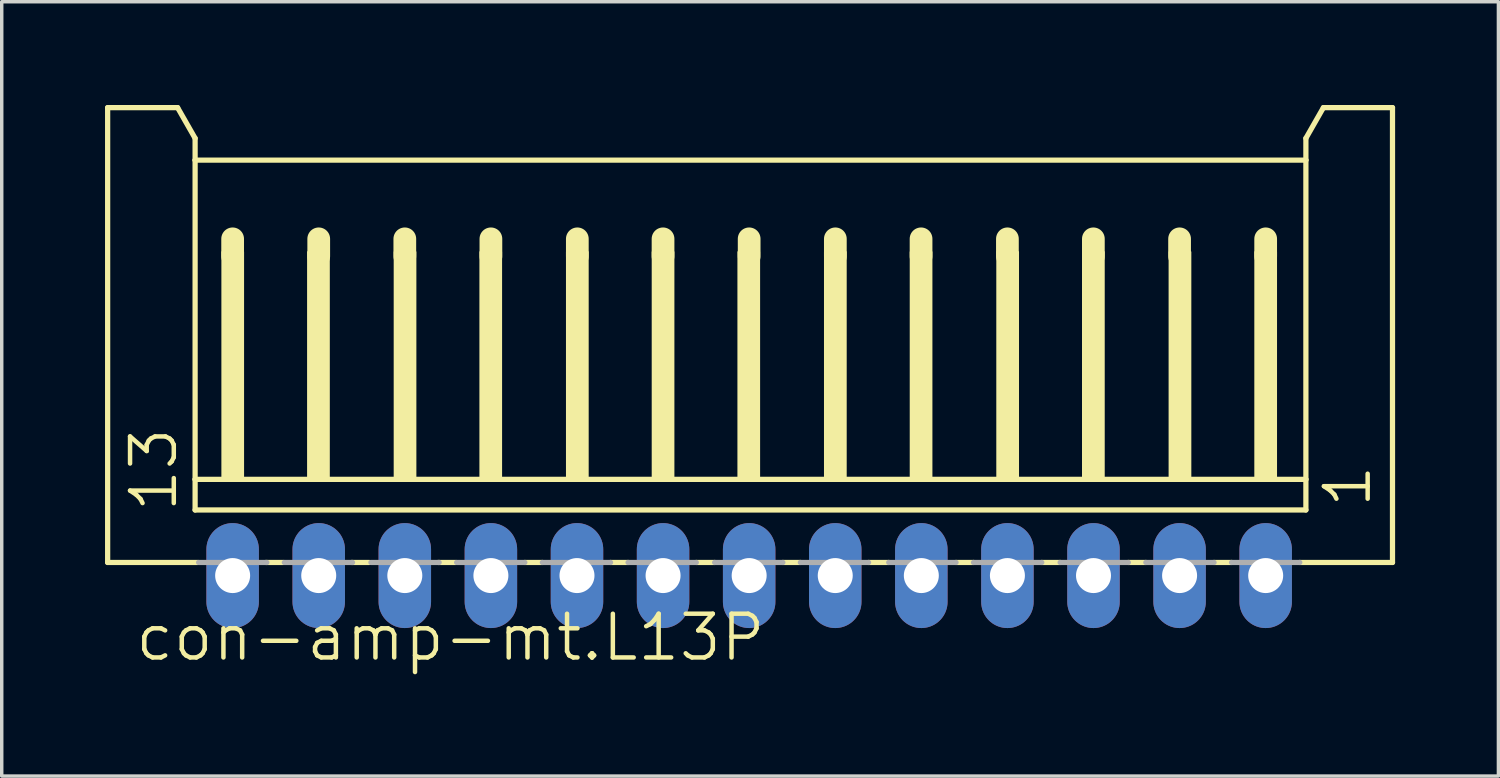
<source format=kicad_pcb>
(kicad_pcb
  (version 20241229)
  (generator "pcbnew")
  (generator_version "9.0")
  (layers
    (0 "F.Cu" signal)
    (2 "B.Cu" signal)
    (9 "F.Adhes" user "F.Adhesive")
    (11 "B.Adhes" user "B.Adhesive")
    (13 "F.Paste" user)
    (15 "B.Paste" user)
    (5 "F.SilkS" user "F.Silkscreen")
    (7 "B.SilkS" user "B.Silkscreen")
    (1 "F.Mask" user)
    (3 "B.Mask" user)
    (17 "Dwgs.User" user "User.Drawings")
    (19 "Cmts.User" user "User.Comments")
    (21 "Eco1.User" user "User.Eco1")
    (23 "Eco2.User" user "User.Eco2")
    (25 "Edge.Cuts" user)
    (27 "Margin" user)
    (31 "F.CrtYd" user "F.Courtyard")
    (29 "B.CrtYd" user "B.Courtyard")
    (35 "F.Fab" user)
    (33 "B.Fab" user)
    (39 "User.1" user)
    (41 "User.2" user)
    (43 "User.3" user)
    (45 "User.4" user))
  (footprint "con-amp-mt.L13P"
    (layer "F.Cu")
    (at 18.706 7.415)
    (property "Reference" "con-amp-mt.L13P" (at -17.893 8.79 0) (layer "F.SilkS") (effects (font (size 1.27 1.27) (thickness 0.13)) (justify left bottom)))
    (attr through_hole)
    (fp_line (start -18.63 -7.339) (end -16.598 -7.339) (stroke (width 0.152) (type default)) (layer "F.SilkS"))
    (fp_line (start -18.63 5.869) (end -18.63 -7.339) (stroke (width 0.152) (type default)) (layer "F.SilkS"))
    (fp_line (start -16.598 -7.339) (end -16.09 -6.45) (stroke (width 0.152) (type default)) (layer "F.SilkS"))
    (fp_line (start -16.09 -6.45) (end -16.09 -5.815) (stroke (width 0.152) (type default)) (layer "F.SilkS"))
    (fp_line (start -16.09 -5.815) (end -16.09 3.456) (stroke (width 0.152) (type default)) (layer "F.SilkS"))
    (fp_line (start -16.09 3.456) (end -16.09 4.345) (stroke (width 0.152) (type default)) (layer "F.SilkS"))
    (fp_line (start -16.013 5.869) (end -18.63 5.869) (stroke (width 0.152) (type default)) (layer "F.SilkS"))
    (fp_line (start -15 -3.529) (end -15 -3.021) (stroke (width 0.66) (type default)) (layer "F.SilkS"))
    (fp_line (start -13.524 5.869) (end -14.032 5.869) (stroke (width 0.152) (type default)) (layer "F.SilkS"))
    (fp_line (start -12.5 -3.529) (end -12.5 -3.021) (stroke (width 0.66) (type default)) (layer "F.SilkS"))
    (fp_line (start -11.035 5.869) (end -11.543 5.869) (stroke (width 0.152) (type default)) (layer "F.SilkS"))
    (fp_line (start -10 -3.529) (end -10 -3.021) (stroke (width 0.66) (type default)) (layer "F.SilkS"))
    (fp_line (start -8.52 5.869) (end -9.028 5.869) (stroke (width 0.152) (type default)) (layer "F.SilkS"))
    (fp_line (start -7.5 -3.529) (end -7.5 -3.021) (stroke (width 0.66) (type default)) (layer "F.SilkS"))
    (fp_line (start -6.006 5.869) (end -6.514 5.869) (stroke (width 0.152) (type default)) (layer "F.SilkS"))
    (fp_line (start -4.99 -3.529) (end -4.99 -3.021) (stroke (width 0.66) (type default)) (layer "F.SilkS"))
    (fp_line (start -3.517 5.869) (end -4.025 5.869) (stroke (width 0.152) (type default)) (layer "F.SilkS"))
    (fp_line (start -2.501 -3.529) (end -2.501 -3.021) (stroke (width 0.66) (type default)) (layer "F.SilkS"))
    (fp_line (start -1.002 5.869) (end -1.535 5.869) (stroke (width 0.152) (type default)) (layer "F.SilkS"))
    (fp_line (start 0 -3.529) (end 0 -3.021) (stroke (width 0.66) (type default)) (layer "F.SilkS"))
    (fp_line (start 1.487 5.869) (end 0.979 5.869) (stroke (width 0.152) (type default)) (layer "F.SilkS"))
    (fp_line (start 2.503 -3.529) (end 2.503 -3.021) (stroke (width 0.66) (type default)) (layer "F.SilkS"))
    (fp_line (start 4.053 5.869) (end 3.468 5.869) (stroke (width 0.152) (type default)) (layer "F.SilkS"))
    (fp_line (start 4.992 -3.529) (end 4.992 -3.021) (stroke (width 0.66) (type default)) (layer "F.SilkS"))
    (fp_line (start 6.516 5.869) (end 6.008 5.869) (stroke (width 0.152) (type default)) (layer "F.SilkS"))
    (fp_line (start 7.5 -3.529) (end 7.5 -3.021) (stroke (width 0.66) (type default)) (layer "F.SilkS"))
    (fp_line (start 9.031 5.869) (end 8.498 5.869) (stroke (width 0.152) (type default)) (layer "F.SilkS"))
    (fp_line (start 9.996 -3.529) (end 9.996 -3.021) (stroke (width 0.66) (type default)) (layer "F.SilkS"))
    (fp_line (start 11.52 5.869) (end 11.012 5.869) (stroke (width 0.152) (type default)) (layer "F.SilkS"))
    (fp_line (start 12.5 -3.529) (end 12.5 -3.021) (stroke (width 0.66) (type default)) (layer "F.SilkS"))
    (fp_line (start 14.009 5.869) (end 13.501 5.869) (stroke (width 0.152) (type default)) (layer "F.SilkS"))
    (fp_line (start 15 -3.529) (end 15 -3.021) (stroke (width 0.66) (type default)) (layer "F.SilkS"))
    (fp_line (start 16.168 -6.45) (end 16.168 -5.815) (stroke (width 0.152) (type default)) (layer "F.SilkS"))
    (fp_line (start 16.168 -6.45) (end 16.676 -7.339) (stroke (width 0.152) (type default)) (layer "F.SilkS"))
    (fp_line (start 16.168 -5.815) (end -16.09 -5.815) (stroke (width 0.152) (type default)) (layer "F.SilkS"))
    (fp_line (start 16.168 -5.815) (end 16.168 3.456) (stroke (width 0.152) (type default)) (layer "F.SilkS"))
    (fp_line (start 16.168 3.456) (end -16.09 3.456) (stroke (width 0.152) (type default)) (layer "F.SilkS"))
    (fp_line (start 16.168 3.456) (end 16.168 4.345) (stroke (width 0.152) (type default)) (layer "F.SilkS"))
    (fp_line (start 16.168 4.345) (end -16.09 4.345) (stroke (width 0.152) (type default)) (layer "F.SilkS"))
    (fp_line (start 18.683 -7.339) (end 16.676 -7.339) (stroke (width 0.152) (type default)) (layer "F.SilkS"))
    (fp_line (start 18.683 5.869) (end 15.991 5.869) (stroke (width 0.152) (type default)) (layer "F.SilkS"))
    (fp_line (start 18.683 5.869) (end 18.683 -7.339) (stroke (width 0.152) (type default)) (layer "F.SilkS"))
    (fp_rect (start -15.302 3.456) (end -14.693 -3.148) (stroke (width 0.05) (type default)) (fill yes) (layer "F.SilkS"))
    (fp_rect (start -12.813 3.456) (end -12.203 -3.148) (stroke (width 0.05) (type default)) (fill yes) (layer "F.SilkS"))
    (fp_rect (start -10.298 3.456) (end -9.689 -3.148) (stroke (width 0.05) (type default)) (fill yes) (layer "F.SilkS"))
    (fp_rect (start -7.809 3.456) (end -7.2 -3.148) (stroke (width 0.05) (type default)) (fill yes) (layer "F.SilkS"))
    (fp_rect (start -5.295 3.456) (end -4.685 -3.148) (stroke (width 0.05) (type default)) (fill yes) (layer "F.SilkS"))
    (fp_rect (start -2.805 3.456) (end -2.196 -3.148) (stroke (width 0.05) (type default)) (fill yes) (layer "F.SilkS"))
    (fp_rect (start -0.316 3.456) (end 0.293 -3.148) (stroke (width 0.05) (type default)) (fill yes) (layer "F.SilkS"))
    (fp_rect (start 2.198 3.456) (end 2.808 -3.148) (stroke (width 0.05) (type default)) (fill yes) (layer "F.SilkS"))
    (fp_rect (start 4.688 3.456) (end 5.297 -3.148) (stroke (width 0.05) (type default)) (fill yes) (layer "F.SilkS"))
    (fp_rect (start 7.202 3.456) (end 7.812 -3.148) (stroke (width 0.05) (type default)) (fill yes) (layer "F.SilkS"))
    (fp_rect (start 9.691 3.456) (end 10.301 -3.148) (stroke (width 0.05) (type default)) (fill yes) (layer "F.SilkS"))
    (fp_rect (start 12.206 3.456) (end 12.816 -3.148) (stroke (width 0.05) (type default)) (fill yes) (layer "F.SilkS"))
    (fp_rect (start 14.695 3.456) (end 15.305 -3.148) (stroke (width 0.05) (type default)) (fill yes) (layer "F.SilkS"))
    (fp_line (start -15.988 5.869) (end -14.007 5.869) (stroke (width 0.152) (type default)) (layer "F.Fab"))
    (fp_line (start -13.499 5.869) (end -11.518 5.869) (stroke (width 0.152) (type default)) (layer "F.Fab"))
    (fp_line (start -10.984 5.869) (end -9.003 5.869) (stroke (width 0.152) (type default)) (layer "F.Fab"))
    (fp_line (start -8.495 5.869) (end -6.514 5.869) (stroke (width 0.152) (type default)) (layer "F.Fab"))
    (fp_line (start -6.006 5.869) (end -4.025 5.869) (stroke (width 0.152) (type default)) (layer "F.Fab"))
    (fp_line (start -3.517 5.869) (end -1.535 5.869) (stroke (width 0.152) (type default)) (layer "F.Fab"))
    (fp_line (start -1.002 5.869) (end 0.979 5.869) (stroke (width 0.152) (type default)) (layer "F.Fab"))
    (fp_line (start 1.487 5.869) (end 3.468 5.869) (stroke (width 0.152) (type default)) (layer "F.Fab"))
    (fp_line (start 4.053 5.869) (end 6.008 5.869) (stroke (width 0.152) (type default)) (layer "F.Fab"))
    (fp_line (start 6.516 5.869) (end 8.498 5.869) (stroke (width 0.152) (type default)) (layer "F.Fab"))
    (fp_line (start 9.031 5.869) (end 11.012 5.869) (stroke (width 0.152) (type default)) (layer "F.Fab"))
    (fp_line (start 11.52 5.869) (end 13.501 5.869) (stroke (width 0.152) (type default)) (layer "F.Fab"))
    (fp_line (start 14.009 5.869) (end 15.991 5.869) (stroke (width 0.152) (type default)) (layer "F.Fab"))
    (fp_rect (start -15.302 6.504) (end -14.693 5.869) (stroke (width 0.05) (type default)) (fill no) (layer "F.Fab"))
    (fp_rect (start -12.813 6.504) (end -12.203 5.869) (stroke (width 0.05) (type default)) (fill no) (layer "F.Fab"))
    (fp_rect (start -10.298 6.504) (end -9.689 5.869) (stroke (width 0.05) (type default)) (fill no) (layer "F.Fab"))
    (fp_rect (start -7.809 6.504) (end -7.2 5.869) (stroke (width 0.05) (type default)) (fill no) (layer "F.Fab"))
    (fp_rect (start -5.295 6.504) (end -4.685 5.869) (stroke (width 0.05) (type default)) (fill no) (layer "F.Fab"))
    (fp_rect (start -2.805 6.504) (end -2.196 5.869) (stroke (width 0.05) (type default)) (fill no) (layer "F.Fab"))
    (fp_rect (start -0.316 6.504) (end 0.293 5.869) (stroke (width 0.05) (type default)) (fill no) (layer "F.Fab"))
    (fp_rect (start 2.198 6.504) (end 2.808 5.869) (stroke (width 0.05) (type default)) (fill no) (layer "F.Fab"))
    (fp_rect (start 4.688 6.504) (end 5.297 5.869) (stroke (width 0.05) (type default)) (fill no) (layer "F.Fab"))
    (fp_rect (start 7.202 6.504) (end 7.812 5.869) (stroke (width 0.05) (type default)) (fill no) (layer "F.Fab"))
    (fp_rect (start 9.691 6.504) (end 10.301 5.869) (stroke (width 0.05) (type default)) (fill no) (layer "F.Fab"))
    (fp_rect (start 12.206 6.504) (end 12.816 5.869) (stroke (width 0.05) (type default)) (fill no) (layer "F.Fab"))
    (fp_rect (start 14.695 6.504) (end 15.305 5.869) (stroke (width 0.05) (type default)) (fill no) (layer "F.Fab"))
    (fp_text user "13" (at -16.547 4.472 90) (layer "F.SilkS") (effects (font (size 1.27 1.27) (thickness 0.13)) (justify left bottom)))
    (fp_text user "1" (at 18.124 4.345 90) (layer "F.SilkS") (effects (font (size 1.27 1.27) (thickness 0.13)) (justify left bottom)))
    (pad "1" thru_hole oval (at 15 6.25 90) (size 3.048 1.524) (drill 1.016) (layers "*.Cu" "*.Mask"))
    (pad "2" thru_hole oval (at 12.5 6.25 90) (size 3.048 1.524) (drill 1.016) (layers "*.Cu" "*.Mask"))
    (pad "3" thru_hole oval (at 10 6.25 90) (size 3.048 1.524) (drill 1.016) (layers "*.Cu" "*.Mask"))
    (pad "4" thru_hole oval (at 7.5 6.25 90) (size 3.048 1.524) (drill 1.016) (layers "*.Cu" "*.Mask"))
    (pad "5" thru_hole oval (at 5 6.25 90) (size 3.048 1.524) (drill 1.016) (layers "*.Cu" "*.Mask"))
    (pad "6" thru_hole oval (at 2.5 6.25 90) (size 3.048 1.524) (drill 1.016) (layers "*.Cu" "*.Mask"))
    (pad "7" thru_hole oval (at 0 6.25 90) (size 3.048 1.524) (drill 1.016) (layers "*.Cu" "*.Mask"))
    (pad "8" thru_hole oval (at -2.5 6.25 90) (size 3.048 1.524) (drill 1.016) (layers "*.Cu" "*.Mask"))
    (pad "9" thru_hole oval (at -5 6.25 90) (size 3.048 1.524) (drill 1.016) (layers "*.Cu" "*.Mask"))
    (pad "10" thru_hole oval (at -7.5 6.25 90) (size 3.048 1.524) (drill 1.016) (layers "*.Cu" "*.Mask"))
    (pad "11" thru_hole oval (at -10 6.25 90) (size 3.048 1.524) (drill 1.016) (layers "*.Cu" "*.Mask"))
    (pad "12" thru_hole oval (at -12.5 6.25 90) (size 3.048 1.524) (drill 1.016) (layers "*.Cu" "*.Mask"))
    (pad "13" thru_hole oval (at -15 6.25 90) (size 3.048 1.524) (drill 1.016) (layers "*.Cu" "*.Mask")))
  (gr_rect
    (start -3 -3)
    (end 40.465 19.487)
    (stroke (width 0.1) (type default))
    (fill no)
    (layer "Edge.Cuts")))
</source>
